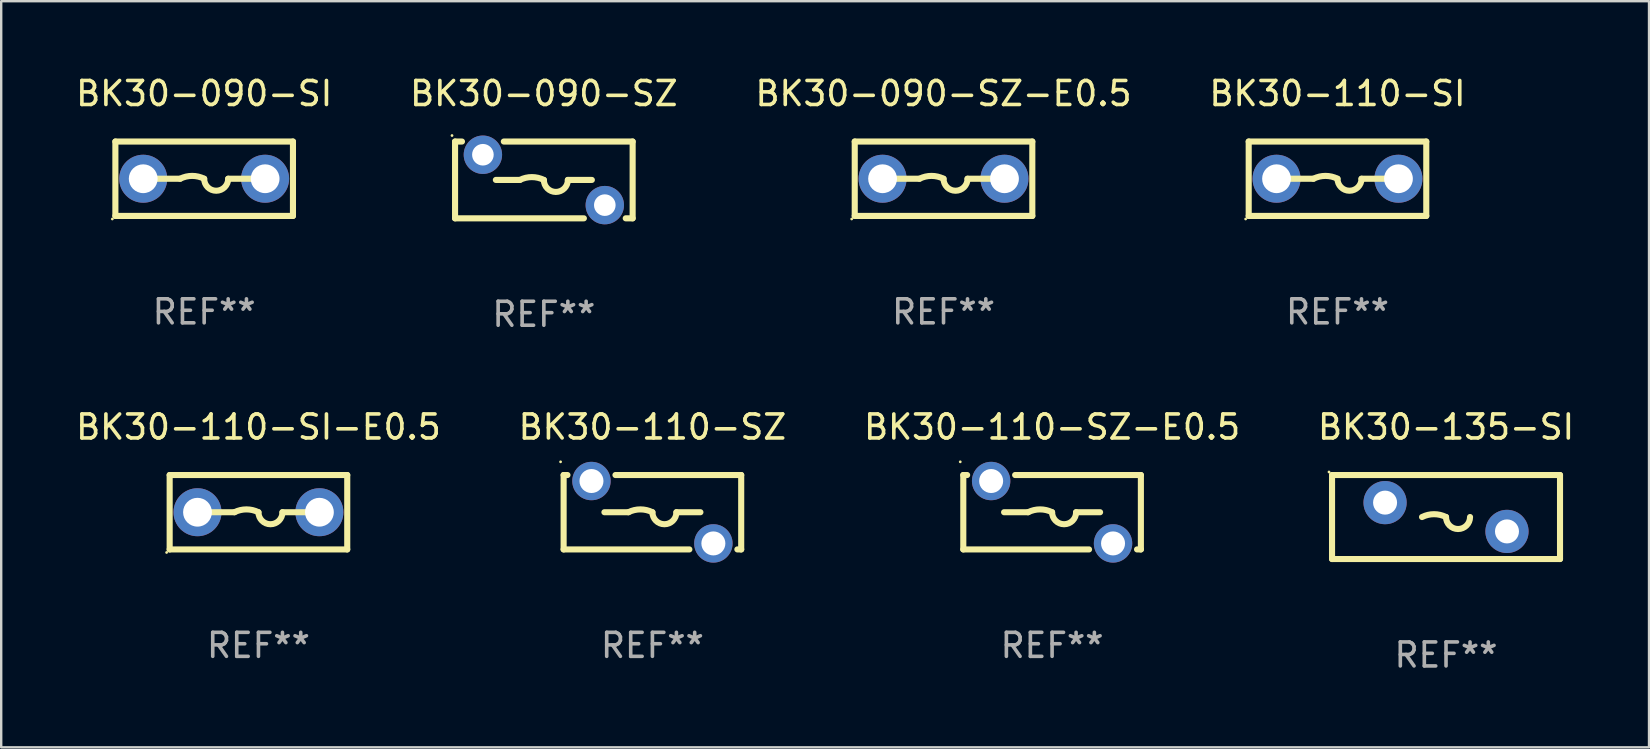
<source format=kicad_pcb>
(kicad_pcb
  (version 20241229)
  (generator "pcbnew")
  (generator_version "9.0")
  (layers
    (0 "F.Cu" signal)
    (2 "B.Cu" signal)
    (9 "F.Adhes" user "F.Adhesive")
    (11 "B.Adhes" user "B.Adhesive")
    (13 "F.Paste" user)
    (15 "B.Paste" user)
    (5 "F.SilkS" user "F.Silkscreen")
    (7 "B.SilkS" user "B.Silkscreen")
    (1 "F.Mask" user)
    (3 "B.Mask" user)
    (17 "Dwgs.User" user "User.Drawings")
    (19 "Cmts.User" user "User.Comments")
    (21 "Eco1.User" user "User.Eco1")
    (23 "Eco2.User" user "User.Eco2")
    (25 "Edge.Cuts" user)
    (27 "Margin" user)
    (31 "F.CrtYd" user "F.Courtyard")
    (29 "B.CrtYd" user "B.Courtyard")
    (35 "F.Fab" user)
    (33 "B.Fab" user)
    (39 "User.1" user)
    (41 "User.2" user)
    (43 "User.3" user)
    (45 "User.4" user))
  (footprint "BK30-110-SZ"
    (layer "F.Cu")
    (at 24.137 18.295)
    (property "Reference" "BK30-110-SZ" (at 0 -3.55 0) (layer "F.SilkS") (effects (font (size 1 1) (thickness 0.15))))
    (attr through_hole)
    (fp_line (start -3.7 -1.55) (end -3.54 -1.55) (stroke (width 0.254) (type solid)) (layer "F.SilkS"))
    (fp_line (start -3.7 1.55) (end -3.7 -1.55) (stroke (width 0.254) (type solid)) (layer "F.SilkS"))
    (fp_line (start -3.7 1.55) (end 1.54 1.55) (stroke (width 0.254) (type solid)) (layer "F.SilkS"))
    (fp_line (start -1.54 -1.55) (end 3.7 -1.55) (stroke (width 0.254) (type solid)) (layer "F.SilkS"))
    (fp_line (start -1 0) (end -2 0) (stroke (width 0.254) (type solid)) (layer "F.SilkS"))
    (fp_line (start 1 0) (end 2 0) (stroke (width 0.254) (type solid)) (layer "F.SilkS"))
    (fp_line (start 3.54 1.55) (end 3.7 1.55) (stroke (width 0.254) (type solid)) (layer "F.SilkS"))
    (fp_line (start 3.7 -1.55) (end 3.7 1.55) (stroke (width 0.254) (type solid)) (layer "F.SilkS"))
    (fp_arc (start -1.000762 0) (mid -0.500381 -0.118151) (end 0 0) (stroke (width 0.254001) (type solid)) (layer "F.SilkS"))
    (fp_arc (start 1.000762 0) (mid 0.500381 0.500127) (end 0 0) (stroke (width 0.254001) (type solid)) (layer "F.SilkS"))
    (fp_circle (center -3.827 -2.1) (end -3.797 -2.1) (stroke (width 0.06) (type solid)) (fill no) (layer "F.SilkS"))
    (fp_text user "REF**" (at 0 5.55 0) (layer "F.Fab") (effects (font (size 1 1) (thickness 0.15))))
    (pad "1" thru_hole circle (at -2.54 -1.3) (size 1.6 1.6) (drill 1) (layers "*.Cu" "*.Mask"))
    (pad "2" thru_hole circle (at 2.54 1.3) (size 1.6 1.6) (drill 1) (layers "*.Cu" "*.Mask")))
  (footprint "BK30-135-SI"
    (layer "F.Cu")
    (at 57.208 18.495)
    (property "Reference" "BK30-135-SI" (at 0 -3.75 0) (layer "F.SilkS") (effects (font (size 1 1) (thickness 0.15))))
    (attr through_hole)
    (fp_line (start -4.75 -1.75) (end -4.75 1.75) (stroke (width 0.254) (type solid)) (layer "F.SilkS"))
    (fp_line (start -4.75 -1.75) (end 4.75 -1.75) (stroke (width 0.254) (type solid)) (layer "F.SilkS"))
    (fp_line (start 4.75 -1.75) (end 4.75 1.75) (stroke (width 0.254) (type solid)) (layer "F.SilkS"))
    (fp_line (start 4.75 1.75) (end -4.75 1.75) (stroke (width 0.254) (type solid)) (layer "F.SilkS"))
    (fp_arc (start -1 -0.000013) (mid -0.5 -0.118034) (end 0 -0.000013) (stroke (width 0.254001) (type solid)) (layer "F.SilkS"))
    (fp_arc (start 1.000762 -0.000013) (mid 0.500381 0.500114) (end 0 -0.000013) (stroke (width 0.254001) (type solid)) (layer "F.SilkS"))
    (fp_circle (center -4.877 -1.877) (end -4.847 -1.877) (stroke (width 0.06) (type solid)) (fill no) (layer "F.SilkS"))
    (fp_text user "REF**" (at 0 5.75 0) (layer "F.Fab") (effects (font (size 1 1) (thickness 0.15))))
    (pad "1" thru_hole circle (at -2.54 -0.6) (size 1.8 1.8) (drill 1) (layers "*.Cu" "*.Mask"))
    (pad "2" thru_hole circle (at 2.54 0.6) (size 1.8 1.8) (drill 1) (layers "*.Cu" "*.Mask")))
  (footprint "BK30-110-SI"
    (layer "F.Cu")
    (at 52.685 4.398)
    (property "Reference" "BK30-110-SI" (at 0 -3.55 0) (layer "F.SilkS") (effects (font (size 1 1) (thickness 0.15))))
    (attr through_hole)
    (fp_line (start -3.7 -1.55) (end 3.7 -1.55) (stroke (width 0.254) (type solid)) (layer "F.SilkS"))
    (fp_line (start -3.7 1.55) (end -3.7 -1.55) (stroke (width 0.254) (type solid)) (layer "F.SilkS"))
    (fp_line (start -1 0) (end -2 0) (stroke (width 0.254) (type solid)) (layer "F.SilkS"))
    (fp_line (start 1 0) (end 2 0) (stroke (width 0.254) (type solid)) (layer "F.SilkS"))
    (fp_line (start 3.7 -1.55) (end 3.7 1.55) (stroke (width 0.254) (type solid)) (layer "F.SilkS"))
    (fp_line (start 3.7 1.55) (end -3.7 1.55) (stroke (width 0.254) (type solid)) (layer "F.SilkS"))
    (fp_arc (start -1.000762 0) (mid -0.500381 -0.118151) (end 0 0) (stroke (width 0.254001) (type solid)) (layer "F.SilkS"))
    (fp_arc (start 1.000762 0) (mid 0.500381 0.500127) (end 0 0) (stroke (width 0.254001) (type solid)) (layer "F.SilkS"))
    (fp_circle (center -3.827 1.677) (end -3.797 1.677) (stroke (width 0.06) (type solid)) (fill no) (layer "F.SilkS"))
    (fp_text user "REF**" (at 0 5.55 0) (layer "F.Fab") (effects (font (size 1 1) (thickness 0.15))))
    (pad "1" thru_hole circle (at -2.54 0) (size 2 2) (drill 1.2) (layers "*.Cu" "*.Mask"))
    (pad "2" thru_hole circle (at 2.54 0) (size 2 2) (drill 1.2) (layers "*.Cu" "*.Mask")))
  (footprint "BK30-090-SI"
    (layer "F.Cu")
    (at 5.458 4.398)
    (property "Reference" "BK30-090-SI" (at 0 -3.55 0) (layer "F.SilkS") (effects (font (size 1 1) (thickness 0.15))))
    (attr through_hole)
    (fp_line (start -3.7 -1.55) (end 3.7 -1.55) (stroke (width 0.254) (type solid)) (layer "F.SilkS"))
    (fp_line (start -3.7 1.55) (end -3.7 -1.55) (stroke (width 0.254) (type solid)) (layer "F.SilkS"))
    (fp_line (start -1 0) (end -2 0) (stroke (width 0.254) (type solid)) (layer "F.SilkS"))
    (fp_line (start 1 0) (end 2 0) (stroke (width 0.254) (type solid)) (layer "F.SilkS"))
    (fp_line (start 3.7 -1.55) (end 3.7 1.55) (stroke (width 0.254) (type solid)) (layer "F.SilkS"))
    (fp_line (start 3.7 1.55) (end -3.7 1.55) (stroke (width 0.254) (type solid)) (layer "F.SilkS"))
    (fp_arc (start -1.000762 0) (mid -0.500381 -0.118151) (end 0 0) (stroke (width 0.254001) (type solid)) (layer "F.SilkS"))
    (fp_arc (start 1.000762 0) (mid 0.500381 0.500127) (end 0 0) (stroke (width 0.254001) (type solid)) (layer "F.SilkS"))
    (fp_circle (center -3.827 1.677) (end -3.797 1.677) (stroke (width 0.06) (type solid)) (fill no) (layer "F.SilkS"))
    (fp_text user "REF**" (at 0 5.55 0) (layer "F.Fab") (effects (font (size 1 1) (thickness 0.15))))
    (pad "1" thru_hole circle (at -2.54 0) (size 2 2) (drill 1.2) (layers "*.Cu" "*.Mask"))
    (pad "2" thru_hole circle (at 2.54 0) (size 2 2) (drill 1.2) (layers "*.Cu" "*.Mask")))
  (footprint "BK30-090-SZ"
    (layer "F.Cu")
    (at 19.613 4.448)
    (property "Reference" "BK30-090-SZ" (at 0 -3.6 0) (layer "F.SilkS") (effects (font (size 1 1) (thickness 0.15))))
    (attr through_hole)
    (fp_line (start -3.7 -1.6) (end -3.412 -1.6) (stroke (width 0.254) (type solid)) (layer "F.SilkS"))
    (fp_line (start -3.7 1.6) (end -3.7 -1.6) (stroke (width 0.254) (type solid)) (layer "F.SilkS"))
    (fp_line (start -3.7 1.6) (end 1.668 1.6) (stroke (width 0.254) (type solid)) (layer "F.SilkS"))
    (fp_line (start -1.668 -1.6) (end 3.7 -1.6) (stroke (width 0.254) (type solid)) (layer "F.SilkS"))
    (fp_line (start -1 0) (end -2 0) (stroke (width 0.254) (type solid)) (layer "F.SilkS"))
    (fp_line (start 1 0) (end 2 0) (stroke (width 0.254) (type solid)) (layer "F.SilkS"))
    (fp_line (start 3.412 1.6) (end 3.7 1.6) (stroke (width 0.254) (type solid)) (layer "F.SilkS"))
    (fp_line (start 3.7 -1.6) (end 3.7 1.6) (stroke (width 0.254) (type solid)) (layer "F.SilkS"))
    (fp_arc (start -1.000762 0) (mid -0.500381 -0.118151) (end 0 0) (stroke (width 0.254001) (type solid)) (layer "F.SilkS"))
    (fp_arc (start 1.000762 0) (mid 0.500381 0.500127) (end 0 0) (stroke (width 0.254001) (type solid)) (layer "F.SilkS"))
    (fp_circle (center -3.827 -1.85) (end -3.797 -1.85) (stroke (width 0.06) (type solid)) (fill no) (layer "F.SilkS"))
    (fp_text user "REF**" (at 0 5.6 0) (layer "F.Fab") (effects (font (size 1 1) (thickness 0.15))))
    (pad "1" thru_hole circle (at -2.54 -1.05) (size 1.6 1.6) (drill 0.9) (layers "*.Cu" "*.Mask"))
    (pad "2" thru_hole circle (at 2.54 1.05) (size 1.6 1.6) (drill 0.9) (layers "*.Cu" "*.Mask")))
  (footprint "BK30-090-SZ-E0.5"
    (layer "F.Cu")
    (at 36.268 4.398)
    (property "Reference" "BK30-090-SZ-E0.5" (at 0 -3.55 0) (layer "F.SilkS") (effects (font (size 1 1) (thickness 0.15))))
    (attr through_hole)
    (fp_line (start -3.7 -1.55) (end 3.7 -1.55) (stroke (width 0.254) (type solid)) (layer "F.SilkS"))
    (fp_line (start -3.7 1.55) (end -3.7 -1.55) (stroke (width 0.254) (type solid)) (layer "F.SilkS"))
    (fp_line (start -1 0) (end -2 0) (stroke (width 0.254) (type solid)) (layer "F.SilkS"))
    (fp_line (start 1 0) (end 2 0) (stroke (width 0.254) (type solid)) (layer "F.SilkS"))
    (fp_line (start 3.7 -1.55) (end 3.7 1.55) (stroke (width 0.254) (type solid)) (layer "F.SilkS"))
    (fp_line (start 3.7 1.55) (end -3.7 1.55) (stroke (width 0.254) (type solid)) (layer "F.SilkS"))
    (fp_arc (start -1.000762 0) (mid -0.500381 -0.118151) (end 0 0) (stroke (width 0.254001) (type solid)) (layer "F.SilkS"))
    (fp_arc (start 1.000762 0) (mid 0.500381 0.500127) (end 0 0) (stroke (width 0.254001) (type solid)) (layer "F.SilkS"))
    (fp_circle (center -3.827 1.677) (end -3.797 1.677) (stroke (width 0.06) (type solid)) (fill no) (layer "F.SilkS"))
    (fp_text user "REF**" (at 0 5.55 0) (layer "F.Fab") (effects (font (size 1 1) (thickness 0.15))))
    (pad "1" thru_hole circle (at -2.54 0) (size 2 2) (drill 1.2) (layers "*.Cu" "*.Mask"))
    (pad "2" thru_hole circle (at 2.54 0) (size 2 2) (drill 1.2) (layers "*.Cu" "*.Mask")))
  (footprint "BK30-110-SI-E0.5"
    (layer "F.Cu")
    (at 7.72 18.295)
    (property "Reference" "BK30-110-SI-E0.5" (at 0 -3.55 0) (layer "F.SilkS") (effects (font (size 1 1) (thickness 0.15))))
    (attr through_hole)
    (fp_line (start -3.7 -1.55) (end 3.7 -1.55) (stroke (width 0.254) (type solid)) (layer "F.SilkS"))
    (fp_line (start -3.7 1.55) (end -3.7 -1.55) (stroke (width 0.254) (type solid)) (layer "F.SilkS"))
    (fp_line (start -1 0) (end -2 0) (stroke (width 0.254) (type solid)) (layer "F.SilkS"))
    (fp_line (start 1 0) (end 2 0) (stroke (width 0.254) (type solid)) (layer "F.SilkS"))
    (fp_line (start 3.7 -1.55) (end 3.7 1.55) (stroke (width 0.254) (type solid)) (layer "F.SilkS"))
    (fp_line (start 3.7 1.55) (end -3.7 1.55) (stroke (width 0.254) (type solid)) (layer "F.SilkS"))
    (fp_arc (start -1.000762 0) (mid -0.500381 -0.118151) (end 0 0) (stroke (width 0.254001) (type solid)) (layer "F.SilkS"))
    (fp_arc (start 1.000762 0) (mid 0.500381 0.500127) (end 0 0) (stroke (width 0.254001) (type solid)) (layer "F.SilkS"))
    (fp_circle (center -3.827 1.677) (end -3.797 1.677) (stroke (width 0.06) (type solid)) (fill no) (layer "F.SilkS"))
    (fp_text user "REF**" (at 0 5.55 0) (layer "F.Fab") (effects (font (size 1 1) (thickness 0.15))))
    (pad "1" thru_hole circle (at -2.54 0) (size 2 2) (drill 1.2) (layers "*.Cu" "*.Mask"))
    (pad "2" thru_hole circle (at 2.54 0) (size 2 2) (drill 1.2) (layers "*.Cu" "*.Mask")))
  (footprint "BK30-110-SZ-E0.5"
    (layer "F.Cu")
    (at 40.792 18.295)
    (property "Reference" "BK30-110-SZ-E0.5" (at 0 -3.55 0) (layer "F.SilkS") (effects (font (size 1 1) (thickness 0.15))))
    (attr through_hole)
    (fp_line (start -3.7 -1.55) (end -3.54 -1.55) (stroke (width 0.254) (type solid)) (layer "F.SilkS"))
    (fp_line (start -3.7 1.55) (end -3.7 -1.55) (stroke (width 0.254) (type solid)) (layer "F.SilkS"))
    (fp_line (start -3.7 1.55) (end 1.54 1.55) (stroke (width 0.254) (type solid)) (layer "F.SilkS"))
    (fp_line (start -1.54 -1.55) (end 3.7 -1.55) (stroke (width 0.254) (type solid)) (layer "F.SilkS"))
    (fp_line (start -1 0) (end -2 0) (stroke (width 0.254) (type solid)) (layer "F.SilkS"))
    (fp_line (start 1 0) (end 2 0) (stroke (width 0.254) (type solid)) (layer "F.SilkS"))
    (fp_line (start 3.54 1.55) (end 3.7 1.55) (stroke (width 0.254) (type solid)) (layer "F.SilkS"))
    (fp_line (start 3.7 -1.55) (end 3.7 1.55) (stroke (width 0.254) (type solid)) (layer "F.SilkS"))
    (fp_arc (start -1.000762 0) (mid -0.500381 -0.118151) (end 0 0) (stroke (width 0.254001) (type solid)) (layer "F.SilkS"))
    (fp_arc (start 1.000762 0) (mid 0.500381 0.500127) (end 0 0) (stroke (width 0.254001) (type solid)) (layer "F.SilkS"))
    (fp_circle (center -3.827 -2.1) (end -3.797 -2.1) (stroke (width 0.06) (type solid)) (fill no) (layer "F.SilkS"))
    (fp_text user "REF**" (at 0 5.55 0) (layer "F.Fab") (effects (font (size 1 1) (thickness 0.15))))
    (pad "1" thru_hole circle (at -2.54 -1.3) (size 1.6 1.6) (drill 1) (layers "*.Cu" "*.Mask"))
    (pad "2" thru_hole circle (at 2.54 1.3) (size 1.6 1.6) (drill 1) (layers "*.Cu" "*.Mask")))
  (gr_rect
    (start -3 -3)
    (end 65.667 28.093)
    (stroke (width 0.1) (type default))
    (fill no)
    (layer "Edge.Cuts")))
</source>
